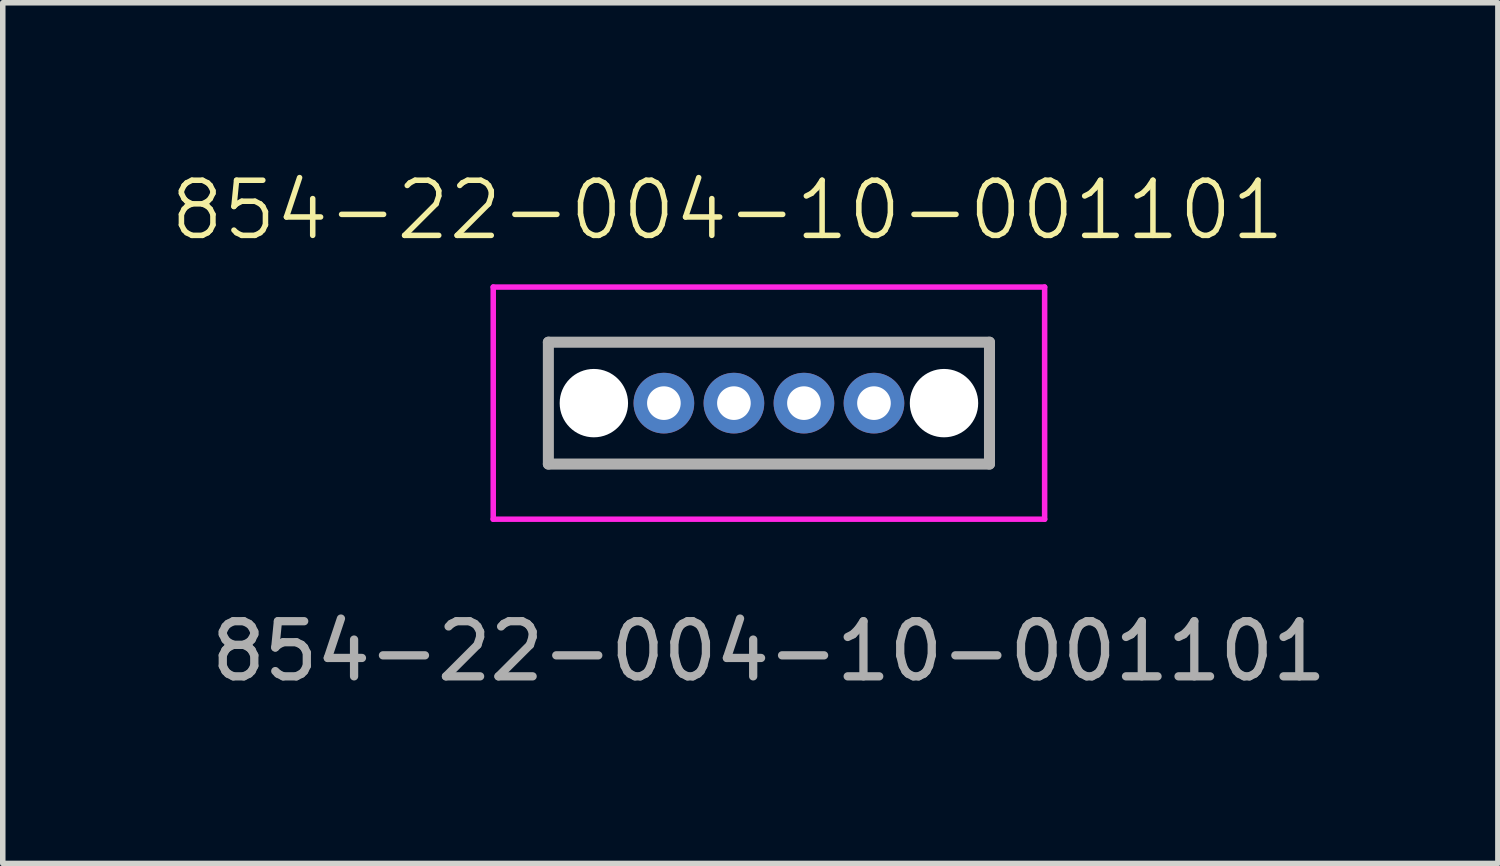
<source format=kicad_pcb>
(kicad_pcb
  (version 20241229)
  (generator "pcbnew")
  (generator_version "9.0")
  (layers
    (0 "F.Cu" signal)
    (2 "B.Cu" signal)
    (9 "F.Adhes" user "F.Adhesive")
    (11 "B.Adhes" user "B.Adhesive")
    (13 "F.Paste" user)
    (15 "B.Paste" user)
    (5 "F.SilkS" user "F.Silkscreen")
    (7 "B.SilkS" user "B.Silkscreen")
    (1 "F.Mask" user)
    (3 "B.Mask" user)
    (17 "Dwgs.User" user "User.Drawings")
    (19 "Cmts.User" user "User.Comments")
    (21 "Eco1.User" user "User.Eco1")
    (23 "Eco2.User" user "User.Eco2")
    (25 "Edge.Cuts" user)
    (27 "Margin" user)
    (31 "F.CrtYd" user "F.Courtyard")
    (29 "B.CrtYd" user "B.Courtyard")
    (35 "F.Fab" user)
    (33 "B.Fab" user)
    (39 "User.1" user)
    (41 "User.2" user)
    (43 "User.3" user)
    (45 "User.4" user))
  (footprint "854-22-004-10-001101"
    (layer "F.Cu")
    (at 10.895 4.261)
    (property "Reference" "854-22-004-10-001101" (at -0.75 -3.5 0) (unlocked yes) (layer "F.SilkS") (effects (font (size 1 1) (thickness 0.1))))
    (attr through_hole)
    (fp_line (start -4 -1.105) (end 4 -1.105) (stroke (width 0.1) (type solid)) (layer "F.SilkS"))
    (fp_line (start -4 1.105) (end -4 -1.105) (stroke (width 0.1) (type solid)) (layer "F.SilkS"))
    (fp_line (start 4 -1.105) (end 4 1.105) (stroke (width 0.1) (type solid)) (layer "F.SilkS"))
    (fp_line (start 4 1.105) (end -4 1.105) (stroke (width 0.1) (type solid)) (layer "F.SilkS"))
    (fp_line (start -5 -2.105) (end 5 -2.105) (stroke (width 0.1) (type solid)) (layer "F.CrtYd"))
    (fp_line (start -5 2.105) (end -5 -2.105) (stroke (width 0.1) (type solid)) (layer "F.CrtYd"))
    (fp_line (start 5 -2.105) (end 5 2.105) (stroke (width 0.1) (type solid)) (layer "F.CrtYd"))
    (fp_line (start 5 2.105) (end -5 2.105) (stroke (width 0.1) (type solid)) (layer "F.CrtYd"))
    (fp_line (start -4 -1.105) (end 4 -1.105) (stroke (width 0.2) (type solid)) (layer "F.Fab"))
    (fp_line (start -4 1.105) (end -4 -1.105) (stroke (width 0.2) (type solid)) (layer "F.Fab"))
    (fp_line (start 4 -1.105) (end 4 1.105) (stroke (width 0.2) (type solid)) (layer "F.Fab"))
    (fp_line (start 4 1.105) (end -4 1.105) (stroke (width 0.2) (type solid)) (layer "F.Fab"))
    (fp_text user "${REFERENCE}" (at 0 4.5 0) (unlocked yes) (layer "F.Fab") (effects (font (size 1 1) (thickness 0.15))))
    (pad "" np_thru_hole circle (at -3.175 0) (size 1.24 1.24) (drill 1.24) (layers "*.Cu" "*.Mask"))
    (pad "" np_thru_hole circle (at 3.175 0) (size 1.24 1.24) (drill 1.24) (layers "*.Cu" "*.Mask"))
    (pad "1" thru_hole circle (at -1.905 0) (size 1.1 1.1) (drill 0.61) (layers "*.Cu" "*.Mask"))
    (pad "2" thru_hole circle (at -0.635 0) (size 1.1 1.1) (drill 0.61) (layers "*.Cu" "*.Mask"))
    (pad "3" thru_hole circle (at 0.635 0) (size 1.1 1.1) (drill 0.61) (layers "*.Cu" "*.Mask"))
    (pad "4" thru_hole circle (at 1.905 0) (size 1.1 1.1) (drill 0.61) (layers "*.Cu" "*.Mask")))
  (gr_rect
    (start -3 -3)
    (end 24.115 12.609)
    (stroke (width 0.1) (type default))
    (fill no)
    (layer "Edge.Cuts")))
</source>
